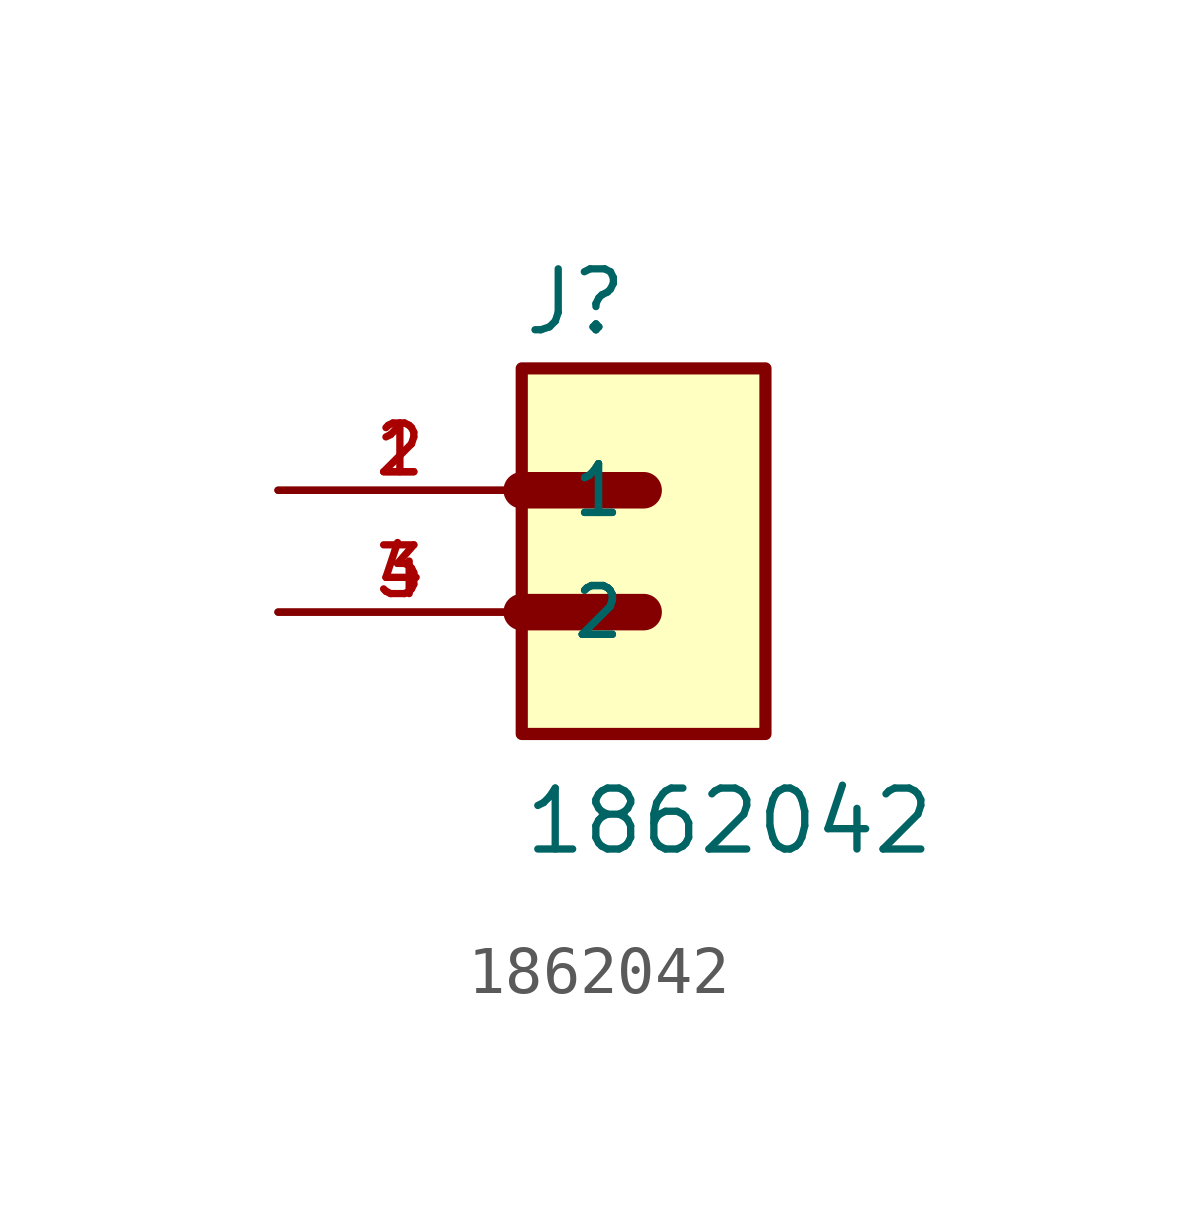
<source format=kicad_sym>
(kicad_symbol_lib
  (version 20211014)
  (generator kicad_symbol_editor)
  (symbol "1862042"
    (pin_names
      (offset 1.016))
    (property "Reference" "J"
      (at -2.545 3.182 0)
      (effects (font (size 1.27 1.27)) (justify bottom left)))
    (property "Value" "1862042"
      (at -2.547 -7.641 0)
      (effects (font (size 1.27 1.27)) (justify bottom left)))
    (symbol "1862042_0_0"
      (polyline (pts (xy -2.54 0.0) (xy 0.0 0.0)) (stroke (width 0.762)))
      (polyline (pts (xy -2.54 -2.54) (xy 0.0 -2.54)) (stroke (width 0.762)))
      (rectangle (start -2.54 -5.08) (end 2.54 2.54) (stroke (width 0.254)) (fill (type background)))
      (pin passive line (at -7.62 0.0 0) (length 5.08) (name "1" (effects (font (size 1.016 1.016)))) (number "1" (effects (font (size 1.016 1.016)))))
      (pin passive line (at -7.62 0.0 0) (length 5.08) (name "1" (effects (font (size 1.016 1.016)))) (number "2" (effects (font (size 1.016 1.016)))))
      (pin passive line (at -7.62 -2.54 0) (length 5.08) (name "2" (effects (font (size 1.016 1.016)))) (number "3" (effects (font (size 1.016 1.016)))))
      (pin passive line (at -7.62 -2.54 0) (length 5.08) (name "2" (effects (font (size 1.016 1.016)))) (number "4" (effects (font (size 1.016 1.016))))))))
</source>
